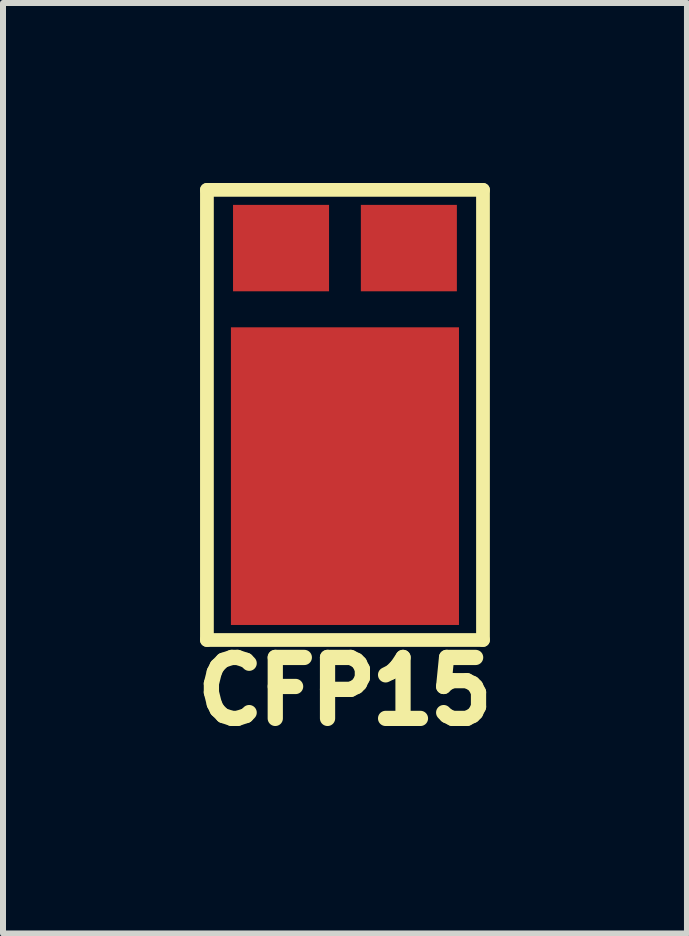
<source format=kicad_pcb>
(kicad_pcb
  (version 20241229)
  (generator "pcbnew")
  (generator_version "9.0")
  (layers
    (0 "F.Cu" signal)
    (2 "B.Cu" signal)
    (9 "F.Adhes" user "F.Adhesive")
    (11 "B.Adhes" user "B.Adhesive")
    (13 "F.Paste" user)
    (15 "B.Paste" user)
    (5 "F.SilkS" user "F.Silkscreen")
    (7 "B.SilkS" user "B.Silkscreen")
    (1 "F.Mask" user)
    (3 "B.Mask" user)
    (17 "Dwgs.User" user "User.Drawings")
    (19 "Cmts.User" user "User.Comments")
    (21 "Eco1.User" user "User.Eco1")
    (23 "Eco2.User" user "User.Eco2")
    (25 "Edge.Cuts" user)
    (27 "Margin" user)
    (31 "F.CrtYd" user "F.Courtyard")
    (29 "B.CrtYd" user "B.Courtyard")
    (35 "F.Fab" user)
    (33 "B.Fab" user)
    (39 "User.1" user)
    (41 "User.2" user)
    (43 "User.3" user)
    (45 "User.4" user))
  (footprint "CFP15"
    (layer "F.Cu")
    (at 2.698 3.864)
    (property "Reference" "CFP15" (at 0 4.6 0) (layer "F.SilkS") (effects (font (size 1.016 1.016) (thickness 0.254))))
    (attr through_hole)
    (fp_line (start -2.3 -3.75) (end 2.3 -3.75) (stroke (width 0.229) (type solid)) (layer "F.SilkS"))
    (fp_line (start -2.3 3.75) (end -2.3 -3.75) (stroke (width 0.229) (type solid)) (layer "F.SilkS"))
    (fp_line (start 2.3 -3.75) (end 2.3 3.75) (stroke (width 0.229) (type solid)) (layer "F.SilkS"))
    (fp_line (start 2.3 3.75) (end -2.3 3.75) (stroke (width 0.229) (type solid)) (layer "F.SilkS"))
    (pad "1" smd rect (at 0 1.02) (size 3.8 4.96) (layers "F.Cu" "F.Mask" "F.Paste"))
    (pad "2" smd rect (at -1.065 -2.78) (size 1.6 1.44) (layers "F.Cu" "F.Mask" "F.Paste"))
    (pad "2" smd rect (at 1.065 -2.78) (size 1.6 1.44) (layers "F.Cu" "F.Mask" "F.Paste")))
  (gr_rect
    (start -3 -3)
    (end 8.397 12.504)
    (stroke (width 0.1) (type default))
    (fill no)
    (layer "Edge.Cuts")))
</source>
